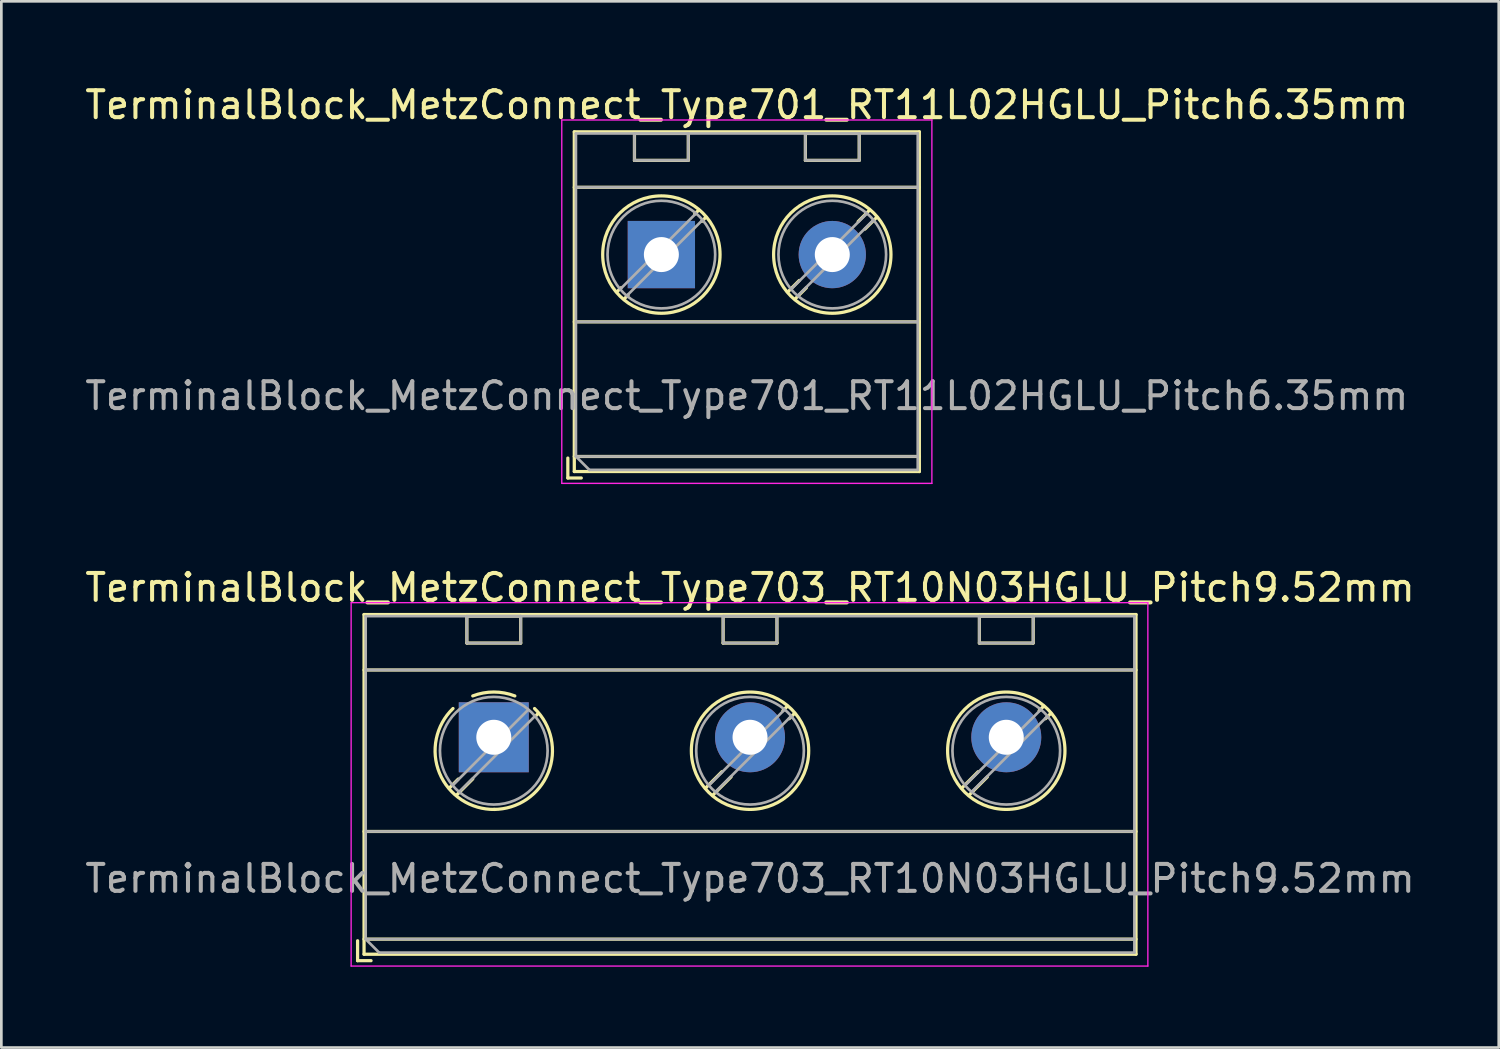
<source format=kicad_pcb>
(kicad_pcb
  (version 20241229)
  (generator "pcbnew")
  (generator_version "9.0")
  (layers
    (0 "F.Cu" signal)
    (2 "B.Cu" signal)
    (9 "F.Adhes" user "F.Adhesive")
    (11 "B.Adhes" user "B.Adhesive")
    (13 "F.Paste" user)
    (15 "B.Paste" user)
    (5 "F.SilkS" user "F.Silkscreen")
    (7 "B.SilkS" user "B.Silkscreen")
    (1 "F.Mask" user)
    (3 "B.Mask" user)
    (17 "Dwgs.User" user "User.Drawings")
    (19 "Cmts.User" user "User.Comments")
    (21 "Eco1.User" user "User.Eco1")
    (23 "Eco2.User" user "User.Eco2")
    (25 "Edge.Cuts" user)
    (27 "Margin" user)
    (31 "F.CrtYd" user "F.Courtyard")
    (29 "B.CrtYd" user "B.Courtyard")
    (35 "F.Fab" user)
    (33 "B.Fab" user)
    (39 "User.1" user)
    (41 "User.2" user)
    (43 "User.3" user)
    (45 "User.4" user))
  (footprint "TerminalBlock_MetzConnect_Type701_RT11L02HGLU_Pitch6.35mm"
    (layer "F.Cu")
    (at 21.521 6.408)
    (property "Reference" "TerminalBlock_MetzConnect_Type701_RT11L02HGLU_Pitch6.35mm" (at 3.175 -5.56 0) (layer "F.SilkS") (effects (font (size 1 1) (thickness 0.15))))
    (attr through_hole)
    (fp_line (start -3.475 7.56) (end -3.475 8.3) (stroke (width 0.12) (type solid)) (layer "F.SilkS"))
    (fp_line (start -3.475 8.3) (end -2.975 8.3) (stroke (width 0.12) (type solid)) (layer "F.SilkS"))
    (fp_line (start -3.235 -4.56) (end -3.235 8.06) (stroke (width 0.12) (type solid)) (layer "F.SilkS"))
    (fp_line (start -3.235 -2.5) (end 9.585 -2.5) (stroke (width 0.12) (type solid)) (layer "F.SilkS"))
    (fp_line (start -3.235 2.5) (end 9.585 2.5) (stroke (width 0.12) (type solid)) (layer "F.SilkS"))
    (fp_line (start -3.235 7.5) (end 9.585 7.5) (stroke (width 0.12) (type solid)) (layer "F.SilkS"))
    (fp_line (start -3.235 8.06) (end 9.585 8.06) (stroke (width 0.12) (type solid)) (layer "F.SilkS"))
    (fp_line (start -1.502 1.235) (end -1.654 1.388) (stroke (width 0.12) (type solid)) (layer "F.SilkS"))
    (fp_line (start -1.236 1.502) (end -1.388 1.654) (stroke (width 0.12) (type solid)) (layer "F.SilkS"))
    (fp_line (start -1 -4.5) (end -1 -3.5) (stroke (width 0.12) (type solid)) (layer "F.SilkS"))
    (fp_line (start -1 -4.5) (end 1 -4.5) (stroke (width 0.12) (type solid)) (layer "F.SilkS"))
    (fp_line (start -1 -3.5) (end 1 -3.5) (stroke (width 0.12) (type solid)) (layer "F.SilkS"))
    (fp_line (start 1 -4.5) (end 1 -3.5) (stroke (width 0.12) (type solid)) (layer "F.SilkS"))
    (fp_line (start 1.388 -1.654) (end 1.236 -1.502) (stroke (width 0.12) (type solid)) (layer "F.SilkS"))
    (fp_line (start 1.654 -1.388) (end 1.502 -1.236) (stroke (width 0.12) (type solid)) (layer "F.SilkS"))
    (fp_line (start 5.123 0.962) (end 4.697 1.388) (stroke (width 0.12) (type solid)) (layer "F.SilkS"))
    (fp_line (start 5.35 -4.5) (end 5.35 -3.5) (stroke (width 0.12) (type solid)) (layer "F.SilkS"))
    (fp_line (start 5.35 -4.5) (end 7.35 -4.5) (stroke (width 0.12) (type solid)) (layer "F.SilkS"))
    (fp_line (start 5.35 -3.5) (end 7.35 -3.5) (stroke (width 0.12) (type solid)) (layer "F.SilkS"))
    (fp_line (start 5.389 1.228) (end 4.963 1.654) (stroke (width 0.12) (type solid)) (layer "F.SilkS"))
    (fp_line (start 7.35 -4.5) (end 7.35 -3.5) (stroke (width 0.12) (type solid)) (layer "F.SilkS"))
    (fp_line (start 7.738 -1.654) (end 7.312 -1.228) (stroke (width 0.12) (type solid)) (layer "F.SilkS"))
    (fp_line (start 8.004 -1.388) (end 7.563 -0.947) (stroke (width 0.12) (type solid)) (layer "F.SilkS"))
    (fp_line (start 9.585 -4.56) (end -3.235 -4.56) (stroke (width 0.12) (type solid)) (layer "F.SilkS"))
    (fp_line (start 9.585 8.06) (end 9.585 -4.56) (stroke (width 0.12) (type solid)) (layer "F.SilkS"))
    (fp_circle (center 0 0) (end 2.18 0) (stroke (width 0.12) (type solid)) (fill no) (layer "F.SilkS"))
    (fp_circle (center 6.35 0) (end 8.53 0) (stroke (width 0.12) (type solid)) (fill no) (layer "F.SilkS"))
    (fp_line (start -3.7 -5) (end -3.7 8.5) (stroke (width 0.05) (type solid)) (layer "F.CrtYd"))
    (fp_line (start -3.7 8.5) (end 10.05 8.5) (stroke (width 0.05) (type solid)) (layer "F.CrtYd"))
    (fp_line (start 10.05 -5) (end -3.7 -5) (stroke (width 0.05) (type solid)) (layer "F.CrtYd"))
    (fp_line (start 10.05 8.5) (end 10.05 -5) (stroke (width 0.05) (type solid)) (layer "F.CrtYd"))
    (fp_line (start -3.175 -4.5) (end 9.525 -4.5) (stroke (width 0.1) (type solid)) (layer "F.Fab"))
    (fp_line (start -3.175 -2.5) (end 9.525 -2.5) (stroke (width 0.1) (type solid)) (layer "F.Fab"))
    (fp_line (start -3.175 2.5) (end 9.525 2.5) (stroke (width 0.1) (type solid)) (layer "F.Fab"))
    (fp_line (start -3.175 7.5) (end -3.175 -4.5) (stroke (width 0.1) (type solid)) (layer "F.Fab"))
    (fp_line (start -3.175 7.5) (end 9.525 7.5) (stroke (width 0.1) (type solid)) (layer "F.Fab"))
    (fp_line (start -2.675 8) (end -3.175 7.5) (stroke (width 0.1) (type solid)) (layer "F.Fab"))
    (fp_line (start -1 -4.5) (end -1 -3.5) (stroke (width 0.1) (type solid)) (layer "F.Fab"))
    (fp_line (start -1 -3.5) (end 1 -3.5) (stroke (width 0.1) (type solid)) (layer "F.Fab"))
    (fp_line (start 1 -4.5) (end -1 -4.5) (stroke (width 0.1) (type solid)) (layer "F.Fab"))
    (fp_line (start 1 -3.5) (end 1 -4.5) (stroke (width 0.1) (type solid)) (layer "F.Fab"))
    (fp_line (start 1.273 -1.517) (end -1.517 1.273) (stroke (width 0.1) (type solid)) (layer "F.Fab"))
    (fp_line (start 1.517 -1.273) (end -1.273 1.517) (stroke (width 0.1) (type solid)) (layer "F.Fab"))
    (fp_line (start 5.35 -4.5) (end 5.35 -3.5) (stroke (width 0.1) (type solid)) (layer "F.Fab"))
    (fp_line (start 5.35 -3.5) (end 7.35 -3.5) (stroke (width 0.1) (type solid)) (layer "F.Fab"))
    (fp_line (start 7.35 -4.5) (end 5.35 -4.5) (stroke (width 0.1) (type solid)) (layer "F.Fab"))
    (fp_line (start 7.35 -3.5) (end 7.35 -4.5) (stroke (width 0.1) (type solid)) (layer "F.Fab"))
    (fp_line (start 7.623 -1.517) (end 4.834 1.273) (stroke (width 0.1) (type solid)) (layer "F.Fab"))
    (fp_line (start 7.867 -1.273) (end 5.078 1.517) (stroke (width 0.1) (type solid)) (layer "F.Fab"))
    (fp_line (start 9.525 -4.5) (end 9.525 8) (stroke (width 0.1) (type solid)) (layer "F.Fab"))
    (fp_line (start 9.525 8) (end -2.675 8) (stroke (width 0.1) (type solid)) (layer "F.Fab"))
    (fp_circle (center 0 0) (end 2 0) (stroke (width 0.1) (type solid)) (fill no) (layer "F.Fab"))
    (fp_circle (center 6.35 0) (end 8.35 0) (stroke (width 0.1) (type solid)) (fill no) (layer "F.Fab"))
    (fp_text user "${REFERENCE}" (at 3.175 5.25 0) (layer "F.Fab") (effects (font (size 1 1) (thickness 0.15))))
    (pad "1" thru_hole rect (at 0 0) (size 2.5 2.5) (drill 1.3) (layers "*.Cu" "*.Mask"))
    (pad "2" thru_hole circle (at 6.35 0) (size 2.5 2.5) (drill 1.3) (layers "*.Cu" "*.Mask")))
  (footprint "TerminalBlock_MetzConnect_Type703_RT10N03HGLU_Pitch9.52mm"
    (layer "F.Cu")
    (at 15.295 24.341)
    (property "Reference" "TerminalBlock_MetzConnect_Type703_RT10N03HGLU_Pitch9.52mm" (at 9.52 -5.56 0) (layer "F.SilkS") (effects (font (size 1 1) (thickness 0.15))))
    (attr through_hole)
    (fp_line (start -5.06 7.56) (end -5.06 8.3) (stroke (width 0.12) (type solid)) (layer "F.SilkS"))
    (fp_line (start -5.06 8.3) (end -4.56 8.3) (stroke (width 0.12) (type solid)) (layer "F.SilkS"))
    (fp_line (start -4.82 -4.56) (end -4.82 8.06) (stroke (width 0.12) (type solid)) (layer "F.SilkS"))
    (fp_line (start -4.82 -2.5) (end 23.86 -2.5) (stroke (width 0.12) (type solid)) (layer "F.SilkS"))
    (fp_line (start -4.82 3.5) (end 23.86 3.5) (stroke (width 0.12) (type solid)) (layer "F.SilkS"))
    (fp_line (start -4.82 7.5) (end 23.86 7.5) (stroke (width 0.12) (type solid)) (layer "F.SilkS"))
    (fp_line (start -4.82 8.06) (end 23.86 8.06) (stroke (width 0.12) (type solid)) (layer "F.SilkS"))
    (fp_line (start -1.32 1.553) (end -1.654 1.888) (stroke (width 0.12) (type solid)) (layer "F.SilkS"))
    (fp_line (start -1 -4.5) (end -1 -3.5) (stroke (width 0.12) (type solid)) (layer "F.SilkS"))
    (fp_line (start -1 -4.5) (end 1 -4.5) (stroke (width 0.12) (type solid)) (layer "F.SilkS"))
    (fp_line (start -1 -3.5) (end 1 -3.5) (stroke (width 0.12) (type solid)) (layer "F.SilkS"))
    (fp_line (start -0.78 1.546) (end -1.388 2.154) (stroke (width 0.12) (type solid)) (layer "F.SilkS"))
    (fp_line (start 1 -4.5) (end 1 -3.5) (stroke (width 0.12) (type solid)) (layer "F.SilkS"))
    (fp_line (start 1.654 -0.888) (end 1.547 -0.781) (stroke (width 0.12) (type solid)) (layer "F.SilkS"))
    (fp_line (start 8.475 1.279) (end 7.867 1.888) (stroke (width 0.12) (type solid)) (layer "F.SilkS"))
    (fp_line (start 8.52 -4.5) (end 8.52 -3.5) (stroke (width 0.12) (type solid)) (layer "F.SilkS"))
    (fp_line (start 8.52 -4.5) (end 10.52 -4.5) (stroke (width 0.12) (type solid)) (layer "F.SilkS"))
    (fp_line (start 8.52 -3.5) (end 10.52 -3.5) (stroke (width 0.12) (type solid)) (layer "F.SilkS"))
    (fp_line (start 8.817 1.47) (end 8.133 2.154) (stroke (width 0.12) (type solid)) (layer "F.SilkS"))
    (fp_line (start 10.52 -4.5) (end 10.52 -3.5) (stroke (width 0.12) (type solid)) (layer "F.SilkS"))
    (fp_line (start 10.908 -1.154) (end 10.741 -0.986) (stroke (width 0.12) (type solid)) (layer "F.SilkS"))
    (fp_line (start 11.174 -0.888) (end 10.976 -0.69) (stroke (width 0.12) (type solid)) (layer "F.SilkS"))
    (fp_line (start 17.995 1.279) (end 17.387 1.888) (stroke (width 0.12) (type solid)) (layer "F.SilkS"))
    (fp_line (start 18.04 -4.5) (end 18.04 -3.5) (stroke (width 0.12) (type solid)) (layer "F.SilkS"))
    (fp_line (start 18.04 -4.5) (end 20.04 -4.5) (stroke (width 0.12) (type solid)) (layer "F.SilkS"))
    (fp_line (start 18.04 -3.5) (end 20.04 -3.5) (stroke (width 0.12) (type solid)) (layer "F.SilkS"))
    (fp_line (start 18.337 1.47) (end 17.653 2.154) (stroke (width 0.12) (type solid)) (layer "F.SilkS"))
    (fp_line (start 20.04 -4.5) (end 20.04 -3.5) (stroke (width 0.12) (type solid)) (layer "F.SilkS"))
    (fp_line (start 20.428 -1.154) (end 20.261 -0.986) (stroke (width 0.12) (type solid)) (layer "F.SilkS"))
    (fp_line (start 20.694 -0.888) (end 20.496 -0.69) (stroke (width 0.12) (type solid)) (layer "F.SilkS"))
    (fp_line (start 23.86 -4.56) (end -4.82 -4.56) (stroke (width 0.12) (type solid)) (layer "F.SilkS"))
    (fp_line (start 23.86 8.06) (end 23.86 -4.56) (stroke (width 0.12) (type solid)) (layer "F.SilkS"))
    (fp_arc (start -0.781211 -1.536303) (mid 0.000423 -1.681014) (end 0.782 -1.536) (stroke (width 0.12) (type solid)) (layer "F.SilkS"))
    (fp_arc (start 0.037945 2.680721) (mid -2.015074 1.334542) (end -1.515 -1.069) (stroke (width 0.12) (type solid)) (layer "F.SilkS"))
    (fp_arc (start 1.514355 -1.068161) (mid 2.021261 1.316642) (end 0 2.68) (stroke (width 0.12) (type solid)) (layer "F.SilkS"))
    (fp_circle (center 9.52 0.5) (end 11.7 0.5) (stroke (width 0.12) (type solid)) (fill no) (layer "F.SilkS"))
    (fp_circle (center 19.04 0.5) (end 21.22 0.5) (stroke (width 0.12) (type solid)) (fill no) (layer "F.SilkS"))
    (fp_line (start -5.3 -5) (end -5.3 8.5) (stroke (width 0.05) (type solid)) (layer "F.CrtYd"))
    (fp_line (start -5.3 8.5) (end 24.3 8.5) (stroke (width 0.05) (type solid)) (layer "F.CrtYd"))
    (fp_line (start 24.3 -5) (end -5.3 -5) (stroke (width 0.05) (type solid)) (layer "F.CrtYd"))
    (fp_line (start 24.3 8.5) (end 24.3 -5) (stroke (width 0.05) (type solid)) (layer "F.CrtYd"))
    (fp_line (start -4.76 -4.5) (end 23.8 -4.5) (stroke (width 0.1) (type solid)) (layer "F.Fab"))
    (fp_line (start -4.76 -2.5) (end 23.8 -2.5) (stroke (width 0.1) (type solid)) (layer "F.Fab"))
    (fp_line (start -4.76 3.5) (end 23.8 3.5) (stroke (width 0.1) (type solid)) (layer "F.Fab"))
    (fp_line (start -4.76 7.5) (end -4.76 -4.5) (stroke (width 0.1) (type solid)) (layer "F.Fab"))
    (fp_line (start -4.76 7.5) (end 23.8 7.5) (stroke (width 0.1) (type solid)) (layer "F.Fab"))
    (fp_line (start -4.26 8) (end -4.76 7.5) (stroke (width 0.1) (type solid)) (layer "F.Fab"))
    (fp_line (start -1 -4.5) (end -1 -3.5) (stroke (width 0.1) (type solid)) (layer "F.Fab"))
    (fp_line (start -1 -3.5) (end 1 -3.5) (stroke (width 0.1) (type solid)) (layer "F.Fab"))
    (fp_line (start 1 -4.5) (end -1 -4.5) (stroke (width 0.1) (type solid)) (layer "F.Fab"))
    (fp_line (start 1 -3.5) (end 1 -4.5) (stroke (width 0.1) (type solid)) (layer "F.Fab"))
    (fp_line (start 1.273 -1.017) (end -1.517 1.773) (stroke (width 0.1) (type solid)) (layer "F.Fab"))
    (fp_line (start 1.517 -0.773) (end -1.273 2.017) (stroke (width 0.1) (type solid)) (layer "F.Fab"))
    (fp_line (start 8.52 -4.5) (end 8.52 -3.5) (stroke (width 0.1) (type solid)) (layer "F.Fab"))
    (fp_line (start 8.52 -3.5) (end 10.52 -3.5) (stroke (width 0.1) (type solid)) (layer "F.Fab"))
    (fp_line (start 10.52 -4.5) (end 8.52 -4.5) (stroke (width 0.1) (type solid)) (layer "F.Fab"))
    (fp_line (start 10.52 -3.5) (end 10.52 -4.5) (stroke (width 0.1) (type solid)) (layer "F.Fab"))
    (fp_line (start 10.793 -1.017) (end 8.004 1.773) (stroke (width 0.1) (type solid)) (layer "F.Fab"))
    (fp_line (start 11.037 -0.773) (end 8.248 2.017) (stroke (width 0.1) (type solid)) (layer "F.Fab"))
    (fp_line (start 18.04 -4.5) (end 18.04 -3.5) (stroke (width 0.1) (type solid)) (layer "F.Fab"))
    (fp_line (start 18.04 -3.5) (end 20.04 -3.5) (stroke (width 0.1) (type solid)) (layer "F.Fab"))
    (fp_line (start 20.04 -4.5) (end 18.04 -4.5) (stroke (width 0.1) (type solid)) (layer "F.Fab"))
    (fp_line (start 20.04 -3.5) (end 20.04 -4.5) (stroke (width 0.1) (type solid)) (layer "F.Fab"))
    (fp_line (start 20.313 -1.017) (end 17.524 1.773) (stroke (width 0.1) (type solid)) (layer "F.Fab"))
    (fp_line (start 20.557 -0.773) (end 17.768 2.017) (stroke (width 0.1) (type solid)) (layer "F.Fab"))
    (fp_line (start 23.8 -4.5) (end 23.8 8) (stroke (width 0.1) (type solid)) (layer "F.Fab"))
    (fp_line (start 23.8 8) (end -4.26 8) (stroke (width 0.1) (type solid)) (layer "F.Fab"))
    (fp_circle (center 0 0.5) (end 2 0.5) (stroke (width 0.1) (type solid)) (fill no) (layer "F.Fab"))
    (fp_circle (center 9.52 0.5) (end 11.52 0.5) (stroke (width 0.1) (type solid)) (fill no) (layer "F.Fab"))
    (fp_circle (center 19.04 0.5) (end 21.04 0.5) (stroke (width 0.1) (type solid)) (fill no) (layer "F.Fab"))
    (fp_text user "${REFERENCE}" (at 9.52 5.25 0) (layer "F.Fab") (effects (font (size 1 1) (thickness 0.15))))
    (pad "1" thru_hole rect (at 0 0) (size 2.6 2.6) (drill 1.3) (layers "*.Cu" "*.Mask"))
    (pad "2" thru_hole circle (at 9.52 0) (size 2.6 2.6) (drill 1.3) (layers "*.Cu" "*.Mask"))
    (pad "3" thru_hole circle (at 19.04 0) (size 2.6 2.6) (drill 1.3) (layers "*.Cu" "*.Mask")))
  (gr_rect
    (start -3 -3)
    (end 52.631 35.867)
    (stroke (width 0.1) (type default))
    (fill no)
    (layer "Edge.Cuts")))
</source>
